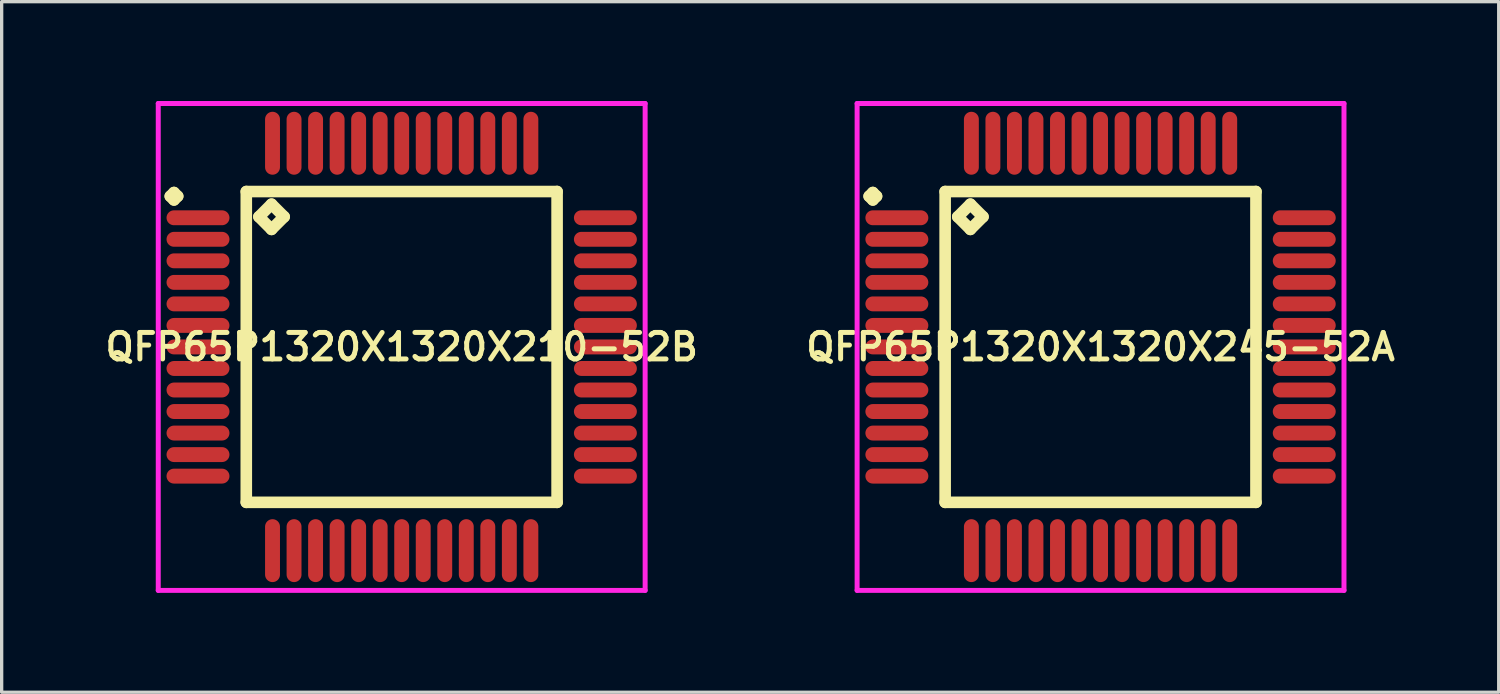
<source format=kicad_pcb>
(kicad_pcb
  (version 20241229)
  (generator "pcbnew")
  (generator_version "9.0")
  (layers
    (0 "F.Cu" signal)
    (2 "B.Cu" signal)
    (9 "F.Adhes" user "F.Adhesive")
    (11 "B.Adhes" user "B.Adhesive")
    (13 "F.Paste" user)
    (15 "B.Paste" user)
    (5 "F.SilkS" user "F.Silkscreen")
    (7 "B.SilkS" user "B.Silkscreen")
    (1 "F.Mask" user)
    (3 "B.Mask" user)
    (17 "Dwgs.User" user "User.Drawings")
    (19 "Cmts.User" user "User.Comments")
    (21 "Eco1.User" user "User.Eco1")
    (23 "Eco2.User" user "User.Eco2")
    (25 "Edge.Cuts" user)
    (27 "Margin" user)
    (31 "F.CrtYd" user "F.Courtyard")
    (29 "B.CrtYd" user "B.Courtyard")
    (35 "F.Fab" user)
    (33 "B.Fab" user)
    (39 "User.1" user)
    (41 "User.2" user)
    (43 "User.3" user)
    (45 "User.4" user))
  (footprint "QFP65P1320X1320X210-52B"
    (layer "F.Cu")
    (at 9.078 7.425)
    (property "Reference" "QFP65P1320X1320X210-52B" (at 0 0 0) (layer "F.SilkS") (effects (font (size 0.8 0.8) (thickness 0.15))))
    (attr smd)
    (fp_line (start -6.987 -4.55) (end -6.875 -4.662) (stroke (width 0.35) (type solid)) (layer "F.SilkS"))
    (fp_line (start -6.875 -4.662) (end -6.763 -4.55) (stroke (width 0.35) (type solid)) (layer "F.SilkS"))
    (fp_line (start -6.875 -4.438) (end -6.987 -4.55) (stroke (width 0.35) (type solid)) (layer "F.SilkS"))
    (fp_line (start -6.763 -4.55) (end -6.875 -4.438) (stroke (width 0.35) (type solid)) (layer "F.SilkS"))
    (fp_line (start -4.692 -4.692) (end -4.692 4.692) (stroke (width 0.35) (type solid)) (layer "F.SilkS"))
    (fp_line (start -4.692 4.692) (end 4.692 4.692) (stroke (width 0.35) (type solid)) (layer "F.SilkS"))
    (fp_line (start -4.311 -3.93) (end -3.93 -4.311) (stroke (width 0.35) (type solid)) (layer "F.SilkS"))
    (fp_line (start -3.93 -4.311) (end -3.549 -3.93) (stroke (width 0.35) (type solid)) (layer "F.SilkS"))
    (fp_line (start -3.93 -3.549) (end -4.311 -3.93) (stroke (width 0.35) (type solid)) (layer "F.SilkS"))
    (fp_line (start -3.549 -3.93) (end -3.93 -3.549) (stroke (width 0.35) (type solid)) (layer "F.SilkS"))
    (fp_line (start 4.692 -4.692) (end -4.692 -4.692) (stroke (width 0.35) (type solid)) (layer "F.SilkS"))
    (fp_line (start 4.692 4.692) (end 4.692 -4.692) (stroke (width 0.35) (type solid)) (layer "F.SilkS"))
    (fp_line (start -7.35 -7.35) (end 7.35 -7.35) (stroke (width 0.15) (type solid)) (layer "F.CrtYd"))
    (fp_line (start -7.35 7.35) (end -7.35 -7.35) (stroke (width 0.15) (type solid)) (layer "F.CrtYd"))
    (fp_line (start 7.35 -7.35) (end 7.35 7.35) (stroke (width 0.15) (type solid)) (layer "F.CrtYd"))
    (fp_line (start 7.35 7.35) (end -7.35 7.35) (stroke (width 0.15) (type solid)) (layer "F.CrtYd"))
    (pad "1" smd oval (at -6.15 -3.9) (size 1.9 0.45) (layers "F.Cu" "F.Mask" "F.Paste"))
    (pad "2" smd oval (at -6.15 -3.25) (size 1.9 0.45) (layers "F.Cu" "F.Mask" "F.Paste"))
    (pad "3" smd oval (at -6.15 -2.6) (size 1.9 0.45) (layers "F.Cu" "F.Mask" "F.Paste"))
    (pad "4" smd oval (at -6.15 -1.95) (size 1.9 0.45) (layers "F.Cu" "F.Mask" "F.Paste"))
    (pad "5" smd oval (at -6.15 -1.3) (size 1.9 0.45) (layers "F.Cu" "F.Mask" "F.Paste"))
    (pad "6" smd oval (at -6.15 -0.65) (size 1.9 0.45) (layers "F.Cu" "F.Mask" "F.Paste"))
    (pad "7" smd oval (at -6.15 0) (size 1.9 0.45) (layers "F.Cu" "F.Mask" "F.Paste"))
    (pad "8" smd oval (at -6.15 0.65) (size 1.9 0.45) (layers "F.Cu" "F.Mask" "F.Paste"))
    (pad "9" smd oval (at -6.15 1.3) (size 1.9 0.45) (layers "F.Cu" "F.Mask" "F.Paste"))
    (pad "10" smd oval (at -6.15 1.95) (size 1.9 0.45) (layers "F.Cu" "F.Mask" "F.Paste"))
    (pad "11" smd oval (at -6.15 2.6) (size 1.9 0.45) (layers "F.Cu" "F.Mask" "F.Paste"))
    (pad "12" smd oval (at -6.15 3.25) (size 1.9 0.45) (layers "F.Cu" "F.Mask" "F.Paste"))
    (pad "13" smd oval (at -6.15 3.9) (size 1.9 0.45) (layers "F.Cu" "F.Mask" "F.Paste"))
    (pad "14" smd oval (at -3.9 6.15) (size 0.45 1.9) (layers "F.Cu" "F.Mask" "F.Paste"))
    (pad "15" smd oval (at -3.25 6.15) (size 0.45 1.9) (layers "F.Cu" "F.Mask" "F.Paste"))
    (pad "16" smd oval (at -2.6 6.15) (size 0.45 1.9) (layers "F.Cu" "F.Mask" "F.Paste"))
    (pad "17" smd oval (at -1.95 6.15) (size 0.45 1.9) (layers "F.Cu" "F.Mask" "F.Paste"))
    (pad "18" smd oval (at -1.3 6.15) (size 0.45 1.9) (layers "F.Cu" "F.Mask" "F.Paste"))
    (pad "19" smd oval (at -0.65 6.15) (size 0.45 1.9) (layers "F.Cu" "F.Mask" "F.Paste"))
    (pad "20" smd oval (at 0 6.15) (size 0.45 1.9) (layers "F.Cu" "F.Mask" "F.Paste"))
    (pad "21" smd oval (at 0.65 6.15) (size 0.45 1.9) (layers "F.Cu" "F.Mask" "F.Paste"))
    (pad "22" smd oval (at 1.3 6.15) (size 0.45 1.9) (layers "F.Cu" "F.Mask" "F.Paste"))
    (pad "23" smd oval (at 1.95 6.15) (size 0.45 1.9) (layers "F.Cu" "F.Mask" "F.Paste"))
    (pad "24" smd oval (at 2.6 6.15) (size 0.45 1.9) (layers "F.Cu" "F.Mask" "F.Paste"))
    (pad "25" smd oval (at 3.25 6.15) (size 0.45 1.9) (layers "F.Cu" "F.Mask" "F.Paste"))
    (pad "26" smd oval (at 3.9 6.15) (size 0.45 1.9) (layers "F.Cu" "F.Mask" "F.Paste"))
    (pad "27" smd oval (at 6.15 3.9) (size 1.9 0.45) (layers "F.Cu" "F.Mask" "F.Paste"))
    (pad "28" smd oval (at 6.15 3.25) (size 1.9 0.45) (layers "F.Cu" "F.Mask" "F.Paste"))
    (pad "29" smd oval (at 6.15 2.6) (size 1.9 0.45) (layers "F.Cu" "F.Mask" "F.Paste"))
    (pad "30" smd oval (at 6.15 1.95) (size 1.9 0.45) (layers "F.Cu" "F.Mask" "F.Paste"))
    (pad "31" smd oval (at 6.15 1.3) (size 1.9 0.45) (layers "F.Cu" "F.Mask" "F.Paste"))
    (pad "32" smd oval (at 6.15 0.65) (size 1.9 0.45) (layers "F.Cu" "F.Mask" "F.Paste"))
    (pad "33" smd oval (at 6.15 0) (size 1.9 0.45) (layers "F.Cu" "F.Mask" "F.Paste"))
    (pad "34" smd oval (at 6.15 -0.65) (size 1.9 0.45) (layers "F.Cu" "F.Mask" "F.Paste"))
    (pad "35" smd oval (at 6.15 -1.3) (size 1.9 0.45) (layers "F.Cu" "F.Mask" "F.Paste"))
    (pad "36" smd oval (at 6.15 -1.95) (size 1.9 0.45) (layers "F.Cu" "F.Mask" "F.Paste"))
    (pad "37" smd oval (at 6.15 -2.6) (size 1.9 0.45) (layers "F.Cu" "F.Mask" "F.Paste"))
    (pad "38" smd oval (at 6.15 -3.25) (size 1.9 0.45) (layers "F.Cu" "F.Mask" "F.Paste"))
    (pad "39" smd oval (at 6.15 -3.9) (size 1.9 0.45) (layers "F.Cu" "F.Mask" "F.Paste"))
    (pad "40" smd oval (at 3.9 -6.15) (size 0.45 1.9) (layers "F.Cu" "F.Mask" "F.Paste"))
    (pad "41" smd oval (at 3.25 -6.15) (size 0.45 1.9) (layers "F.Cu" "F.Mask" "F.Paste"))
    (pad "42" smd oval (at 2.6 -6.15) (size 0.45 1.9) (layers "F.Cu" "F.Mask" "F.Paste"))
    (pad "43" smd oval (at 1.95 -6.15) (size 0.45 1.9) (layers "F.Cu" "F.Mask" "F.Paste"))
    (pad "44" smd oval (at 1.3 -6.15) (size 0.45 1.9) (layers "F.Cu" "F.Mask" "F.Paste"))
    (pad "45" smd oval (at 0.65 -6.15) (size 0.45 1.9) (layers "F.Cu" "F.Mask" "F.Paste"))
    (pad "46" smd oval (at 0 -6.15) (size 0.45 1.9) (layers "F.Cu" "F.Mask" "F.Paste"))
    (pad "47" smd oval (at -0.65 -6.15) (size 0.45 1.9) (layers "F.Cu" "F.Mask" "F.Paste"))
    (pad "48" smd oval (at -1.3 -6.15) (size 0.45 1.9) (layers "F.Cu" "F.Mask" "F.Paste"))
    (pad "49" smd oval (at -1.95 -6.15) (size 0.45 1.9) (layers "F.Cu" "F.Mask" "F.Paste"))
    (pad "50" smd oval (at -2.6 -6.15) (size 0.45 1.9) (layers "F.Cu" "F.Mask" "F.Paste"))
    (pad "51" smd oval (at -3.25 -6.15) (size 0.45 1.9) (layers "F.Cu" "F.Mask" "F.Paste"))
    (pad "52" smd oval (at -3.9 -6.15) (size 0.45 1.9) (layers "F.Cu" "F.Mask" "F.Paste")))
  (footprint "QFP65P1320X1320X245-52A"
    (layer "F.Cu")
    (at 30.178 7.425)
    (property "Reference" "QFP65P1320X1320X245-52A" (at 0 0 0) (layer "F.SilkS") (effects (font (size 0.8 0.8) (thickness 0.15))))
    (attr smd)
    (fp_line (start -6.987 -4.55) (end -6.875 -4.662) (stroke (width 0.35) (type solid)) (layer "F.SilkS"))
    (fp_line (start -6.875 -4.662) (end -6.763 -4.55) (stroke (width 0.35) (type solid)) (layer "F.SilkS"))
    (fp_line (start -6.875 -4.438) (end -6.987 -4.55) (stroke (width 0.35) (type solid)) (layer "F.SilkS"))
    (fp_line (start -6.763 -4.55) (end -6.875 -4.438) (stroke (width 0.35) (type solid)) (layer "F.SilkS"))
    (fp_line (start -4.692 -4.692) (end -4.692 4.692) (stroke (width 0.35) (type solid)) (layer "F.SilkS"))
    (fp_line (start -4.692 4.692) (end 4.692 4.692) (stroke (width 0.35) (type solid)) (layer "F.SilkS"))
    (fp_line (start -4.311 -3.93) (end -3.93 -4.311) (stroke (width 0.35) (type solid)) (layer "F.SilkS"))
    (fp_line (start -3.93 -4.311) (end -3.549 -3.93) (stroke (width 0.35) (type solid)) (layer "F.SilkS"))
    (fp_line (start -3.93 -3.549) (end -4.311 -3.93) (stroke (width 0.35) (type solid)) (layer "F.SilkS"))
    (fp_line (start -3.549 -3.93) (end -3.93 -3.549) (stroke (width 0.35) (type solid)) (layer "F.SilkS"))
    (fp_line (start 4.692 -4.692) (end -4.692 -4.692) (stroke (width 0.35) (type solid)) (layer "F.SilkS"))
    (fp_line (start 4.692 4.692) (end 4.692 -4.692) (stroke (width 0.35) (type solid)) (layer "F.SilkS"))
    (fp_line (start -7.35 -7.35) (end 7.35 -7.35) (stroke (width 0.15) (type solid)) (layer "F.CrtYd"))
    (fp_line (start -7.35 7.35) (end -7.35 -7.35) (stroke (width 0.15) (type solid)) (layer "F.CrtYd"))
    (fp_line (start 7.35 -7.35) (end 7.35 7.35) (stroke (width 0.15) (type solid)) (layer "F.CrtYd"))
    (fp_line (start 7.35 7.35) (end -7.35 7.35) (stroke (width 0.15) (type solid)) (layer "F.CrtYd"))
    (pad "1" smd oval (at -6.15 -3.9) (size 1.9 0.45) (layers "F.Cu" "F.Mask" "F.Paste"))
    (pad "2" smd oval (at -6.15 -3.25) (size 1.9 0.45) (layers "F.Cu" "F.Mask" "F.Paste"))
    (pad "3" smd oval (at -6.15 -2.6) (size 1.9 0.45) (layers "F.Cu" "F.Mask" "F.Paste"))
    (pad "4" smd oval (at -6.15 -1.95) (size 1.9 0.45) (layers "F.Cu" "F.Mask" "F.Paste"))
    (pad "5" smd oval (at -6.15 -1.3) (size 1.9 0.45) (layers "F.Cu" "F.Mask" "F.Paste"))
    (pad "6" smd oval (at -6.15 -0.65) (size 1.9 0.45) (layers "F.Cu" "F.Mask" "F.Paste"))
    (pad "7" smd oval (at -6.15 0) (size 1.9 0.45) (layers "F.Cu" "F.Mask" "F.Paste"))
    (pad "8" smd oval (at -6.15 0.65) (size 1.9 0.45) (layers "F.Cu" "F.Mask" "F.Paste"))
    (pad "9" smd oval (at -6.15 1.3) (size 1.9 0.45) (layers "F.Cu" "F.Mask" "F.Paste"))
    (pad "10" smd oval (at -6.15 1.95) (size 1.9 0.45) (layers "F.Cu" "F.Mask" "F.Paste"))
    (pad "11" smd oval (at -6.15 2.6) (size 1.9 0.45) (layers "F.Cu" "F.Mask" "F.Paste"))
    (pad "12" smd oval (at -6.15 3.25) (size 1.9 0.45) (layers "F.Cu" "F.Mask" "F.Paste"))
    (pad "13" smd oval (at -6.15 3.9) (size 1.9 0.45) (layers "F.Cu" "F.Mask" "F.Paste"))
    (pad "14" smd oval (at -3.9 6.15) (size 0.45 1.9) (layers "F.Cu" "F.Mask" "F.Paste"))
    (pad "15" smd oval (at -3.25 6.15) (size 0.45 1.9) (layers "F.Cu" "F.Mask" "F.Paste"))
    (pad "16" smd oval (at -2.6 6.15) (size 0.45 1.9) (layers "F.Cu" "F.Mask" "F.Paste"))
    (pad "17" smd oval (at -1.95 6.15) (size 0.45 1.9) (layers "F.Cu" "F.Mask" "F.Paste"))
    (pad "18" smd oval (at -1.3 6.15) (size 0.45 1.9) (layers "F.Cu" "F.Mask" "F.Paste"))
    (pad "19" smd oval (at -0.65 6.15) (size 0.45 1.9) (layers "F.Cu" "F.Mask" "F.Paste"))
    (pad "20" smd oval (at 0 6.15) (size 0.45 1.9) (layers "F.Cu" "F.Mask" "F.Paste"))
    (pad "21" smd oval (at 0.65 6.15) (size 0.45 1.9) (layers "F.Cu" "F.Mask" "F.Paste"))
    (pad "22" smd oval (at 1.3 6.15) (size 0.45 1.9) (layers "F.Cu" "F.Mask" "F.Paste"))
    (pad "23" smd oval (at 1.95 6.15) (size 0.45 1.9) (layers "F.Cu" "F.Mask" "F.Paste"))
    (pad "24" smd oval (at 2.6 6.15) (size 0.45 1.9) (layers "F.Cu" "F.Mask" "F.Paste"))
    (pad "25" smd oval (at 3.25 6.15) (size 0.45 1.9) (layers "F.Cu" "F.Mask" "F.Paste"))
    (pad "26" smd oval (at 3.9 6.15) (size 0.45 1.9) (layers "F.Cu" "F.Mask" "F.Paste"))
    (pad "27" smd oval (at 6.15 3.9) (size 1.9 0.45) (layers "F.Cu" "F.Mask" "F.Paste"))
    (pad "28" smd oval (at 6.15 3.25) (size 1.9 0.45) (layers "F.Cu" "F.Mask" "F.Paste"))
    (pad "29" smd oval (at 6.15 2.6) (size 1.9 0.45) (layers "F.Cu" "F.Mask" "F.Paste"))
    (pad "30" smd oval (at 6.15 1.95) (size 1.9 0.45) (layers "F.Cu" "F.Mask" "F.Paste"))
    (pad "31" smd oval (at 6.15 1.3) (size 1.9 0.45) (layers "F.Cu" "F.Mask" "F.Paste"))
    (pad "32" smd oval (at 6.15 0.65) (size 1.9 0.45) (layers "F.Cu" "F.Mask" "F.Paste"))
    (pad "33" smd oval (at 6.15 0) (size 1.9 0.45) (layers "F.Cu" "F.Mask" "F.Paste"))
    (pad "34" smd oval (at 6.15 -0.65) (size 1.9 0.45) (layers "F.Cu" "F.Mask" "F.Paste"))
    (pad "35" smd oval (at 6.15 -1.3) (size 1.9 0.45) (layers "F.Cu" "F.Mask" "F.Paste"))
    (pad "36" smd oval (at 6.15 -1.95) (size 1.9 0.45) (layers "F.Cu" "F.Mask" "F.Paste"))
    (pad "37" smd oval (at 6.15 -2.6) (size 1.9 0.45) (layers "F.Cu" "F.Mask" "F.Paste"))
    (pad "38" smd oval (at 6.15 -3.25) (size 1.9 0.45) (layers "F.Cu" "F.Mask" "F.Paste"))
    (pad "39" smd oval (at 6.15 -3.9) (size 1.9 0.45) (layers "F.Cu" "F.Mask" "F.Paste"))
    (pad "40" smd oval (at 3.9 -6.15) (size 0.45 1.9) (layers "F.Cu" "F.Mask" "F.Paste"))
    (pad "41" smd oval (at 3.25 -6.15) (size 0.45 1.9) (layers "F.Cu" "F.Mask" "F.Paste"))
    (pad "42" smd oval (at 2.6 -6.15) (size 0.45 1.9) (layers "F.Cu" "F.Mask" "F.Paste"))
    (pad "43" smd oval (at 1.95 -6.15) (size 0.45 1.9) (layers "F.Cu" "F.Mask" "F.Paste"))
    (pad "44" smd oval (at 1.3 -6.15) (size 0.45 1.9) (layers "F.Cu" "F.Mask" "F.Paste"))
    (pad "45" smd oval (at 0.65 -6.15) (size 0.45 1.9) (layers "F.Cu" "F.Mask" "F.Paste"))
    (pad "46" smd oval (at 0 -6.15) (size 0.45 1.9) (layers "F.Cu" "F.Mask" "F.Paste"))
    (pad "47" smd oval (at -0.65 -6.15) (size 0.45 1.9) (layers "F.Cu" "F.Mask" "F.Paste"))
    (pad "48" smd oval (at -1.3 -6.15) (size 0.45 1.9) (layers "F.Cu" "F.Mask" "F.Paste"))
    (pad "49" smd oval (at -1.95 -6.15) (size 0.45 1.9) (layers "F.Cu" "F.Mask" "F.Paste"))
    (pad "50" smd oval (at -2.6 -6.15) (size 0.45 1.9) (layers "F.Cu" "F.Mask" "F.Paste"))
    (pad "51" smd oval (at -3.25 -6.15) (size 0.45 1.9) (layers "F.Cu" "F.Mask" "F.Paste"))
    (pad "52" smd oval (at -3.9 -6.15) (size 0.45 1.9) (layers "F.Cu" "F.Mask" "F.Paste")))
  (gr_rect
    (start -3 -3)
    (end 42.199 17.85)
    (stroke (width 0.1) (type default))
    (fill no)
    (layer "Edge.Cuts")))
</source>
